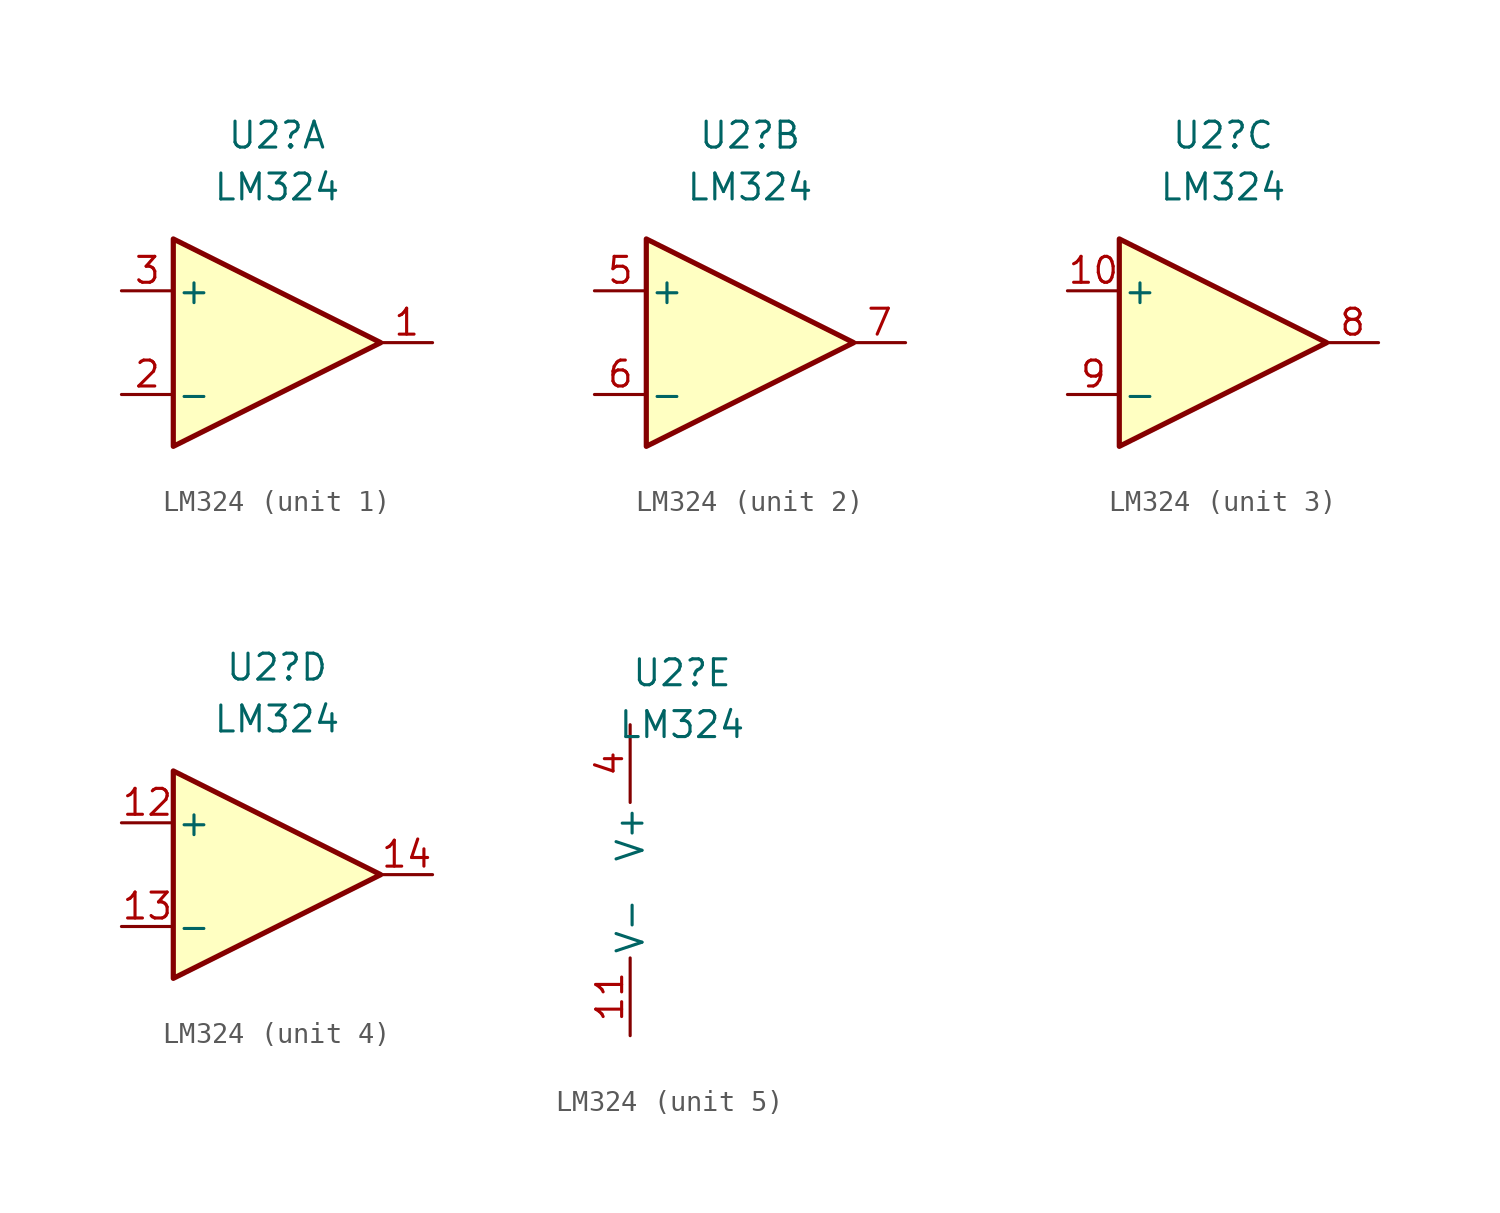
<source format=kicad_sym>
(kicad_symbol_lib
  (version 20231120)
  (generator "kicad_symbol_editor")
  (generator_version "8.0")
  (symbol "LM324"
    (pin_names
      (offset 0.127))
    (property "Reference" "U2"
      (at 0 10.16 0)
      (effects (font (size 1.27 1.27))))
    (property "Value" "LM324"
      (at 0 7.62 0)
      (effects (font (size 1.27 1.27))))
    (property "ki_locked" ""
      (at 0 0 0)
      (effects (font (size 1.27 1.27))))
    (symbol "LM324_1_1"
      (polyline (pts (xy -5.08 5.08) (xy 5.08 0) (xy -5.08 -5.08) (xy -5.08 5.08)) (stroke (width 0.254) (type default)) (fill (type background)))
      (pin output line (at 7.62 0 180) (length 2.54) (name "~" (effects (font (size 1.27 1.27)))) (number "1" (effects (font (size 1.27 1.27)))))
      (pin input line (at -7.62 -2.54 0) (length 2.54) (name "-" (effects (font (size 1.27 1.27)))) (number "2" (effects (font (size 1.27 1.27)))))
      (pin input line (at -7.62 2.54 0) (length 2.54) (name "+" (effects (font (size 1.27 1.27)))) (number "3" (effects (font (size 1.27 1.27))))))
    (symbol "LM324_2_1"
      (polyline (pts (xy -5.08 5.08) (xy 5.08 0) (xy -5.08 -5.08) (xy -5.08 5.08)) (stroke (width 0.254) (type default)) (fill (type background)))
      (pin input line (at -7.62 2.54 0) (length 2.54) (name "+" (effects (font (size 1.27 1.27)))) (number "5" (effects (font (size 1.27 1.27)))))
      (pin input line (at -7.62 -2.54 0) (length 2.54) (name "-" (effects (font (size 1.27 1.27)))) (number "6" (effects (font (size 1.27 1.27)))))
      (pin output line (at 7.62 0 180) (length 2.54) (name "~" (effects (font (size 1.27 1.27)))) (number "7" (effects (font (size 1.27 1.27))))))
    (symbol "LM324_3_1"
      (polyline (pts (xy -5.08 5.08) (xy 5.08 0) (xy -5.08 -5.08) (xy -5.08 5.08)) (stroke (width 0.254) (type default)) (fill (type background)))
      (pin input line (at -7.62 2.54 0) (length 2.54) (name "+" (effects (font (size 1.27 1.27)))) (number "10" (effects (font (size 1.27 1.27)))))
      (pin output line (at 7.62 0 180) (length 2.54) (name "~" (effects (font (size 1.27 1.27)))) (number "8" (effects (font (size 1.27 1.27)))))
      (pin input line (at -7.62 -2.54 0) (length 2.54) (name "-" (effects (font (size 1.27 1.27)))) (number "9" (effects (font (size 1.27 1.27))))))
    (symbol "LM324_4_1"
      (polyline (pts (xy -5.08 5.08) (xy 5.08 0) (xy -5.08 -5.08) (xy -5.08 5.08)) (stroke (width 0.254) (type default)) (fill (type background)))
      (pin input line (at -7.62 2.54 0) (length 2.54) (name "+" (effects (font (size 1.27 1.27)))) (number "12" (effects (font (size 1.27 1.27)))))
      (pin input line (at -7.62 -2.54 0) (length 2.54) (name "-" (effects (font (size 1.27 1.27)))) (number "13" (effects (font (size 1.27 1.27)))))
      (pin output line (at 7.62 0 180) (length 2.54) (name "~" (effects (font (size 1.27 1.27)))) (number "14" (effects (font (size 1.27 1.27))))))
    (symbol "LM324_5_1"
      (pin power_in line (at -2.54 -7.62 90) (length 3.81) (name "V-" (effects (font (size 1.27 1.27)))) (number "11" (effects (font (size 1.27 1.27)))))
      (pin power_in line (at -2.54 7.62 270) (length 3.81) (name "V+" (effects (font (size 1.27 1.27)))) (number "4" (effects (font (size 1.27 1.27))))))))
</source>
